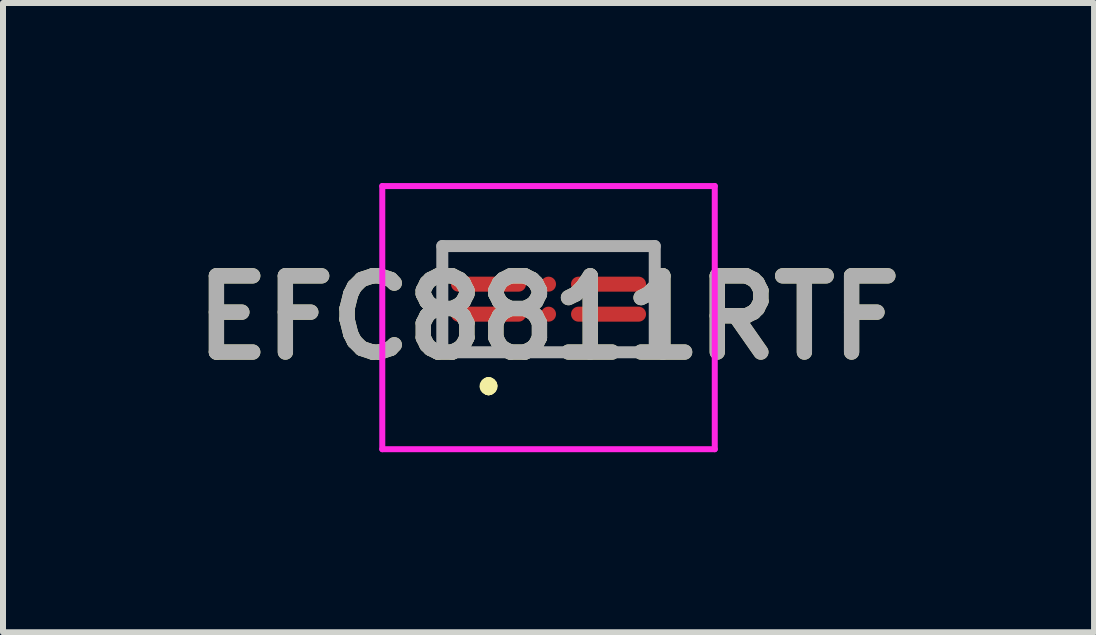
<source format=kicad_pcb>
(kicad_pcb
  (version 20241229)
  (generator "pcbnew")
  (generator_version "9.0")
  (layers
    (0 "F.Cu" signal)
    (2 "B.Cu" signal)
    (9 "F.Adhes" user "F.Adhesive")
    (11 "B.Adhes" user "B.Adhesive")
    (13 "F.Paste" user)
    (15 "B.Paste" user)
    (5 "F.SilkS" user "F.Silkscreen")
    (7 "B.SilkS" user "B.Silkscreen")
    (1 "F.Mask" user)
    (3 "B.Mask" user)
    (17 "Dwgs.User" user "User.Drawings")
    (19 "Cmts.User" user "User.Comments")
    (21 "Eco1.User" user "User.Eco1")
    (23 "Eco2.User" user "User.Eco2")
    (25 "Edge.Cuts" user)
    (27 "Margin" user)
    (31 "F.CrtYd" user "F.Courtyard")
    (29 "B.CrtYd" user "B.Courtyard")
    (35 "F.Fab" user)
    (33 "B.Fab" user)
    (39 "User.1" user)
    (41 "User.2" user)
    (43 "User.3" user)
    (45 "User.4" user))
  (footprint "EFC8811RTF"
    (layer "F.Cu")
    (at 6.09 1.935)
    (property "Reference" "EFC8811RTF" (at 0 0.307 0) (layer "F.SilkS") (effects (font (size 1.27 1.27) (thickness 0.254))))
    (attr smd)
    (fp_line (start -1 1.4) (end -1 1.4) (stroke (width 0.2) (type solid)) (layer "F.SilkS"))
    (fp_line (start -1 1.5) (end -1 1.5) (stroke (width 0.2) (type solid)) (layer "F.SilkS"))
    (fp_line (start -1 1.5) (end -1 1.5) (stroke (width 0.2) (type solid)) (layer "F.SilkS"))
    (fp_arc (start -1 1.4) (mid -0.95 1.45) (end -1 1.5) (stroke (width 0.2) (type solid)) (layer "F.SilkS"))
    (fp_arc (start -1 1.4) (mid -0.95 1.45) (end -1 1.5) (stroke (width 0.2) (type solid)) (layer "F.SilkS"))
    (fp_arc (start -1 1.5) (mid -1.05 1.45) (end -1 1.4) (stroke (width 0.2) (type solid)) (layer "F.SilkS"))
    (fp_line (start -2.77 -1.885) (end 2.77 -1.885) (stroke (width 0.1) (type solid)) (layer "F.CrtYd"))
    (fp_line (start -2.77 2.5) (end -2.77 -1.885) (stroke (width 0.1) (type solid)) (layer "F.CrtYd"))
    (fp_line (start 2.77 -1.885) (end 2.77 2.5) (stroke (width 0.1) (type solid)) (layer "F.CrtYd"))
    (fp_line (start 2.77 2.5) (end -2.77 2.5) (stroke (width 0.1) (type solid)) (layer "F.CrtYd"))
    (fp_line (start -1.77 -0.885) (end -1.77 0.885) (stroke (width 0.2) (type solid)) (layer "F.Fab"))
    (fp_line (start -1.77 0.885) (end 1.77 0.885) (stroke (width 0.2) (type solid)) (layer "F.Fab"))
    (fp_line (start 1.77 -0.885) (end -1.77 -0.885) (stroke (width 0.2) (type solid)) (layer "F.Fab"))
    (fp_line (start 1.77 0.885) (end 1.77 -0.885) (stroke (width 0.2) (type solid)) (layer "F.Fab"))
    (fp_text user "${REFERENCE}" (at 0 0.307 0) (layer "F.Fab") (effects (font (size 1.27 1.27) (thickness 0.254))))
    (pad "1" smd oval (at -1 0.25 90) (size 0.25 1.25) (layers "F.Cu" "F.Mask" "F.Paste"))
    (pad "2" smd circle (at 0 0.25 90) (size 0.25 0.25) (layers "F.Cu" "F.Mask" "F.Paste"))
    (pad "3" smd oval (at 1 0.25 90) (size 0.25 1.25) (layers "F.Cu" "F.Mask" "F.Paste"))
    (pad "4" smd oval (at 1 -0.25 90) (size 0.25 1.25) (layers "F.Cu" "F.Mask" "F.Paste"))
    (pad "5" smd circle (at 0 -0.25 90) (size 0.25 0.25) (layers "F.Cu" "F.Mask" "F.Paste"))
    (pad "6" smd oval (at -1 -0.25 90) (size 0.25 1.25) (layers "F.Cu" "F.Mask" "F.Paste")))
  (gr_rect
    (start -3 -3)
    (end 15.18 7.485)
    (stroke (width 0.1) (type default))
    (fill no)
    (layer "Edge.Cuts")))
</source>
